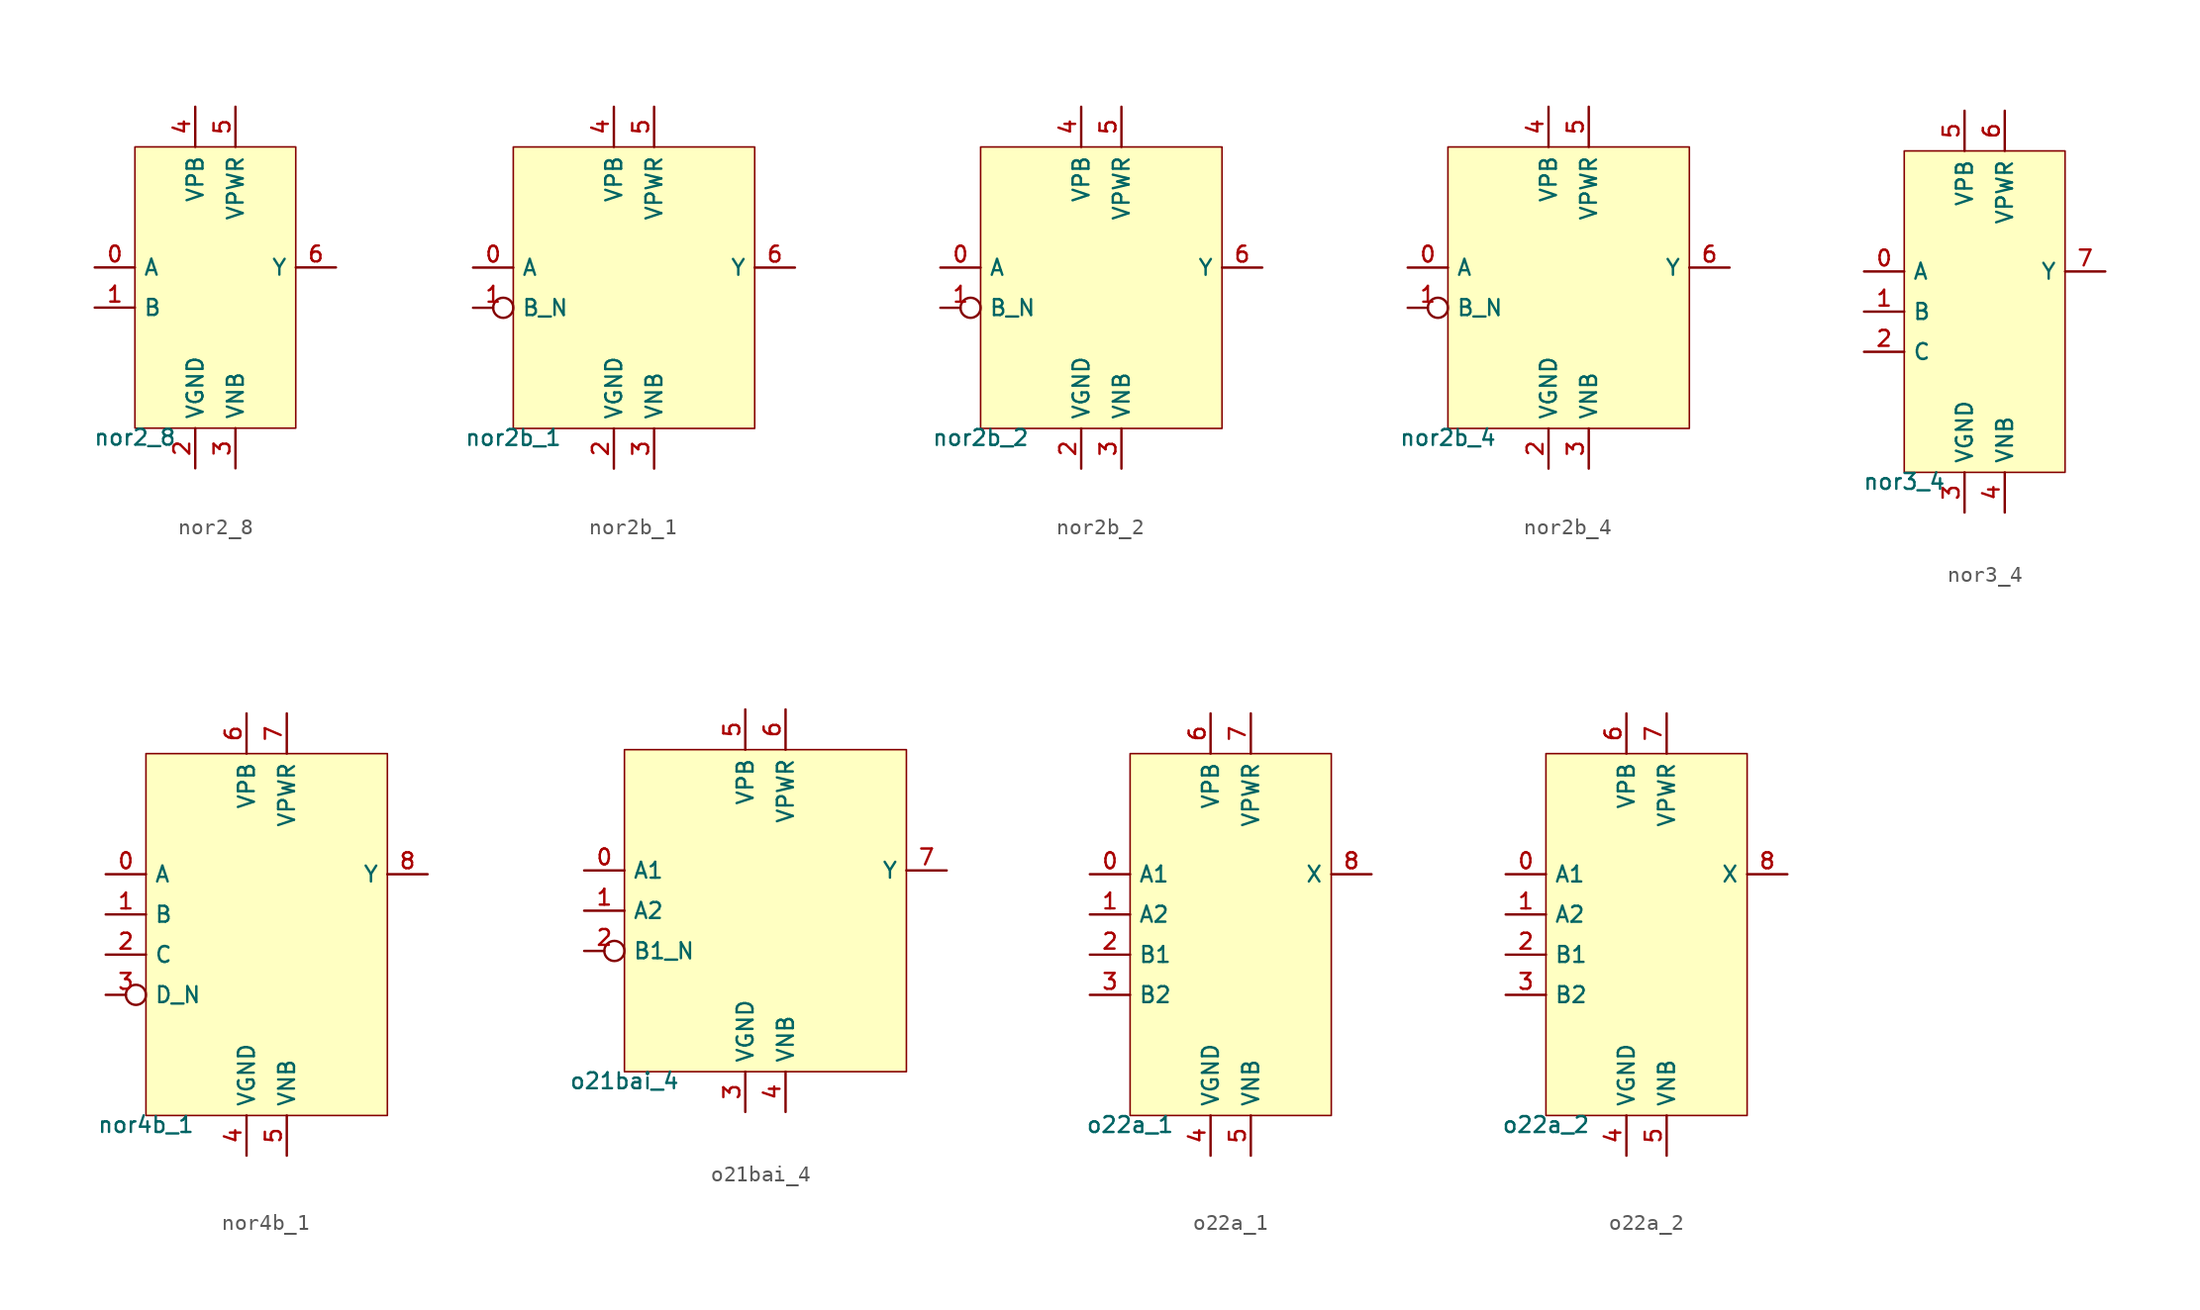
<source format=kicad_sym>
(kicad_symbol_lib
  (version 20211014)
  (generator lef2kicad_sym)
  (symbol "nor2_8"
    (property "Reference" "CELL"
      (at 0 0 0)
      (effects (font (size 1 1)) hide))
    (property "Value" "nor2_8"
      (at -5.08 -8.89 0)
      (effects (font (size 1 1)) (justify top)))
    (rectangle
      (start -5.08 -8.89)
      (end 5.08 8.89)
      (stroke (width 0.1) (type solid) (color 0 0 0 0))
      (fill (type background)))
    (pin input line
      (at -7.62 1.27 0)
      (length 2.54)
      (name "A" (effects (font (size 1 1)) hide))
      (number "0" (effects (font (size 1 1)) hide)))
    (pin input line
      (at -7.62 -1.27 0)
      (length 2.54)
      (name "B" (effects (font (size 1 1)) hide))
      (number "1" (effects (font (size 1 1)) hide)))
    (pin power_in line
      (at -1.27 -11.43 90)
      (length 2.54)
      (name "VGND" (effects (font (size 1 1)) hide))
      (number "2" (effects (font (size 1 1)) hide)))
    (pin power_in line
      (at 1.27 -11.43 90)
      (length 2.54)
      (name "VNB" (effects (font (size 1 1)) hide))
      (number "3" (effects (font (size 1 1)) hide)))
    (pin power_in line
      (at -1.27 11.43 270)
      (length 2.54)
      (name "VPB" (effects (font (size 1 1)) hide))
      (number "4" (effects (font (size 1 1)) hide)))
    (pin power_in line
      (at 1.27 11.43 270)
      (length 2.54)
      (name "VPWR" (effects (font (size 1 1)) hide))
      (number "5" (effects (font (size 1 1)) hide)))
    (pin output line
      (at 7.62 1.27 180)
      (length 2.54)
      (name "Y" (effects (font (size 1 1)) hide))
      (number "6" (effects (font (size 1 1)) hide))))
  (symbol "nor2b_1"
    (property "Reference" "CELL"
      (at 0 0 0)
      (effects (font (size 1 1)) hide))
    (property "Value" "nor2b_1"
      (at -7.62 -8.89 0)
      (effects (font (size 1 1)) (justify top)))
    (rectangle
      (start -7.62 -8.89)
      (end 7.62 8.89)
      (stroke (width 0.1) (type solid) (color 0 0 0 0))
      (fill (type background)))
    (pin input line
      (at -10.16 1.27 0)
      (length 2.54)
      (name "A" (effects (font (size 1 1)) hide))
      (number "0" (effects (font (size 1 1)) hide)))
    (pin input inverted
      (at -10.16 -1.27 0)
      (length 2.54)
      (name "B_N" (effects (font (size 1 1)) hide))
      (number "1" (effects (font (size 1 1)) hide)))
    (pin power_in line
      (at -1.27 -11.43 90)
      (length 2.54)
      (name "VGND" (effects (font (size 1 1)) hide))
      (number "2" (effects (font (size 1 1)) hide)))
    (pin power_in line
      (at 1.27 -11.43 90)
      (length 2.54)
      (name "VNB" (effects (font (size 1 1)) hide))
      (number "3" (effects (font (size 1 1)) hide)))
    (pin power_in line
      (at -1.27 11.43 270)
      (length 2.54)
      (name "VPB" (effects (font (size 1 1)) hide))
      (number "4" (effects (font (size 1 1)) hide)))
    (pin power_in line
      (at 1.27 11.43 270)
      (length 2.54)
      (name "VPWR" (effects (font (size 1 1)) hide))
      (number "5" (effects (font (size 1 1)) hide)))
    (pin output line
      (at 10.16 1.27 180)
      (length 2.54)
      (name "Y" (effects (font (size 1 1)) hide))
      (number "6" (effects (font (size 1 1)) hide))))
  (symbol "nor2b_2"
    (property "Reference" "CELL"
      (at 0 0 0)
      (effects (font (size 1 1)) hide))
    (property "Value" "nor2b_2"
      (at -7.62 -8.89 0)
      (effects (font (size 1 1)) (justify top)))
    (rectangle
      (start -7.62 -8.89)
      (end 7.62 8.89)
      (stroke (width 0.1) (type solid) (color 0 0 0 0))
      (fill (type background)))
    (pin input line
      (at -10.16 1.27 0)
      (length 2.54)
      (name "A" (effects (font (size 1 1)) hide))
      (number "0" (effects (font (size 1 1)) hide)))
    (pin input inverted
      (at -10.16 -1.27 0)
      (length 2.54)
      (name "B_N" (effects (font (size 1 1)) hide))
      (number "1" (effects (font (size 1 1)) hide)))
    (pin power_in line
      (at -1.27 -11.43 90)
      (length 2.54)
      (name "VGND" (effects (font (size 1 1)) hide))
      (number "2" (effects (font (size 1 1)) hide)))
    (pin power_in line
      (at 1.27 -11.43 90)
      (length 2.54)
      (name "VNB" (effects (font (size 1 1)) hide))
      (number "3" (effects (font (size 1 1)) hide)))
    (pin power_in line
      (at -1.27 11.43 270)
      (length 2.54)
      (name "VPB" (effects (font (size 1 1)) hide))
      (number "4" (effects (font (size 1 1)) hide)))
    (pin power_in line
      (at 1.27 11.43 270)
      (length 2.54)
      (name "VPWR" (effects (font (size 1 1)) hide))
      (number "5" (effects (font (size 1 1)) hide)))
    (pin output line
      (at 10.16 1.27 180)
      (length 2.54)
      (name "Y" (effects (font (size 1 1)) hide))
      (number "6" (effects (font (size 1 1)) hide))))
  (symbol "nor2b_4"
    (property "Reference" "CELL"
      (at 0 0 0)
      (effects (font (size 1 1)) hide))
    (property "Value" "nor2b_4"
      (at -7.62 -8.89 0)
      (effects (font (size 1 1)) (justify top)))
    (rectangle
      (start -7.62 -8.89)
      (end 7.62 8.89)
      (stroke (width 0.1) (type solid) (color 0 0 0 0))
      (fill (type background)))
    (pin input line
      (at -10.16 1.27 0)
      (length 2.54)
      (name "A" (effects (font (size 1 1)) hide))
      (number "0" (effects (font (size 1 1)) hide)))
    (pin input inverted
      (at -10.16 -1.27 0)
      (length 2.54)
      (name "B_N" (effects (font (size 1 1)) hide))
      (number "1" (effects (font (size 1 1)) hide)))
    (pin power_in line
      (at -1.27 -11.43 90)
      (length 2.54)
      (name "VGND" (effects (font (size 1 1)) hide))
      (number "2" (effects (font (size 1 1)) hide)))
    (pin power_in line
      (at 1.27 -11.43 90)
      (length 2.54)
      (name "VNB" (effects (font (size 1 1)) hide))
      (number "3" (effects (font (size 1 1)) hide)))
    (pin power_in line
      (at -1.27 11.43 270)
      (length 2.54)
      (name "VPB" (effects (font (size 1 1)) hide))
      (number "4" (effects (font (size 1 1)) hide)))
    (pin power_in line
      (at 1.27 11.43 270)
      (length 2.54)
      (name "VPWR" (effects (font (size 1 1)) hide))
      (number "5" (effects (font (size 1 1)) hide)))
    (pin output line
      (at 10.16 1.27 180)
      (length 2.54)
      (name "Y" (effects (font (size 1 1)) hide))
      (number "6" (effects (font (size 1 1)) hide))))
  (symbol "nor3_4"
    (property "Reference" "CELL"
      (at 0 0 0)
      (effects (font (size 1 1)) hide))
    (property "Value" "nor3_4"
      (at -5.08 -10.16 0)
      (effects (font (size 1 1)) (justify top)))
    (rectangle
      (start -5.08 -10.16)
      (end 5.08 10.16)
      (stroke (width 0.1) (type solid) (color 0 0 0 0))
      (fill (type background)))
    (pin input line
      (at -7.62 2.54 0)
      (length 2.54)
      (name "A" (effects (font (size 1 1)) hide))
      (number "0" (effects (font (size 1 1)) hide)))
    (pin input line
      (at -7.62 0.0 0)
      (length 2.54)
      (name "B" (effects (font (size 1 1)) hide))
      (number "1" (effects (font (size 1 1)) hide)))
    (pin input line
      (at -7.62 -2.54 0)
      (length 2.54)
      (name "C" (effects (font (size 1 1)) hide))
      (number "2" (effects (font (size 1 1)) hide)))
    (pin power_in line
      (at -1.27 -12.7 90)
      (length 2.54)
      (name "VGND" (effects (font (size 1 1)) hide))
      (number "3" (effects (font (size 1 1)) hide)))
    (pin power_in line
      (at 1.27 -12.7 90)
      (length 2.54)
      (name "VNB" (effects (font (size 1 1)) hide))
      (number "4" (effects (font (size 1 1)) hide)))
    (pin power_in line
      (at -1.27 12.7 270)
      (length 2.54)
      (name "VPB" (effects (font (size 1 1)) hide))
      (number "5" (effects (font (size 1 1)) hide)))
    (pin power_in line
      (at 1.27 12.7 270)
      (length 2.54)
      (name "VPWR" (effects (font (size 1 1)) hide))
      (number "6" (effects (font (size 1 1)) hide)))
    (pin output line
      (at 7.62 2.54 180)
      (length 2.54)
      (name "Y" (effects (font (size 1 1)) hide))
      (number "7" (effects (font (size 1 1)) hide))))
  (symbol "nor4b_1"
    (property "Reference" "CELL"
      (at 0 0 0)
      (effects (font (size 1 1)) hide))
    (property "Value" "nor4b_1"
      (at -7.62 -11.43 0)
      (effects (font (size 1 1)) (justify top)))
    (rectangle
      (start -7.62 -11.43)
      (end 7.62 11.43)
      (stroke (width 0.1) (type solid) (color 0 0 0 0))
      (fill (type background)))
    (pin input line
      (at -10.16 3.81 0)
      (length 2.54)
      (name "A" (effects (font (size 1 1)) hide))
      (number "0" (effects (font (size 1 1)) hide)))
    (pin input line
      (at -10.16 1.27 0)
      (length 2.54)
      (name "B" (effects (font (size 1 1)) hide))
      (number "1" (effects (font (size 1 1)) hide)))
    (pin input line
      (at -10.16 -1.27 0)
      (length 2.54)
      (name "C" (effects (font (size 1 1)) hide))
      (number "2" (effects (font (size 1 1)) hide)))
    (pin input inverted
      (at -10.16 -3.81 0)
      (length 2.54)
      (name "D_N" (effects (font (size 1 1)) hide))
      (number "3" (effects (font (size 1 1)) hide)))
    (pin power_in line
      (at -1.27 -13.97 90)
      (length 2.54)
      (name "VGND" (effects (font (size 1 1)) hide))
      (number "4" (effects (font (size 1 1)) hide)))
    (pin power_in line
      (at 1.27 -13.97 90)
      (length 2.54)
      (name "VNB" (effects (font (size 1 1)) hide))
      (number "5" (effects (font (size 1 1)) hide)))
    (pin power_in line
      (at -1.27 13.97 270)
      (length 2.54)
      (name "VPB" (effects (font (size 1 1)) hide))
      (number "6" (effects (font (size 1 1)) hide)))
    (pin power_in line
      (at 1.27 13.97 270)
      (length 2.54)
      (name "VPWR" (effects (font (size 1 1)) hide))
      (number "7" (effects (font (size 1 1)) hide)))
    (pin output line
      (at 10.16 3.81 180)
      (length 2.54)
      (name "Y" (effects (font (size 1 1)) hide))
      (number "8" (effects (font (size 1 1)) hide))))
  (symbol "o21bai_4"
    (property "Reference" "CELL"
      (at 0 0 0)
      (effects (font (size 1 1)) hide))
    (property "Value" "o21bai_4"
      (at -8.89 -10.16 0)
      (effects (font (size 1 1)) (justify top)))
    (rectangle
      (start -8.89 -10.16)
      (end 8.89 10.16)
      (stroke (width 0.1) (type solid) (color 0 0 0 0))
      (fill (type background)))
    (pin input line
      (at -11.43 2.54 0)
      (length 2.54)
      (name "A1" (effects (font (size 1 1)) hide))
      (number "0" (effects (font (size 1 1)) hide)))
    (pin input line
      (at -11.43 0.0 0)
      (length 2.54)
      (name "A2" (effects (font (size 1 1)) hide))
      (number "1" (effects (font (size 1 1)) hide)))
    (pin input inverted
      (at -11.43 -2.54 0)
      (length 2.54)
      (name "B1_N" (effects (font (size 1 1)) hide))
      (number "2" (effects (font (size 1 1)) hide)))
    (pin power_in line
      (at -1.27 -12.7 90)
      (length 2.54)
      (name "VGND" (effects (font (size 1 1)) hide))
      (number "3" (effects (font (size 1 1)) hide)))
    (pin power_in line
      (at 1.27 -12.7 90)
      (length 2.54)
      (name "VNB" (effects (font (size 1 1)) hide))
      (number "4" (effects (font (size 1 1)) hide)))
    (pin power_in line
      (at -1.27 12.7 270)
      (length 2.54)
      (name "VPB" (effects (font (size 1 1)) hide))
      (number "5" (effects (font (size 1 1)) hide)))
    (pin power_in line
      (at 1.27 12.7 270)
      (length 2.54)
      (name "VPWR" (effects (font (size 1 1)) hide))
      (number "6" (effects (font (size 1 1)) hide)))
    (pin output line
      (at 11.43 2.54 180)
      (length 2.54)
      (name "Y" (effects (font (size 1 1)) hide))
      (number "7" (effects (font (size 1 1)) hide))))
  (symbol "o22a_1"
    (property "Reference" "CELL"
      (at 0 0 0)
      (effects (font (size 1 1)) hide))
    (property "Value" "o22a_1"
      (at -6.35 -11.43 0)
      (effects (font (size 1 1)) (justify top)))
    (rectangle
      (start -6.35 -11.43)
      (end 6.35 11.43)
      (stroke (width 0.1) (type solid) (color 0 0 0 0))
      (fill (type background)))
    (pin input line
      (at -8.89 3.81 0)
      (length 2.54)
      (name "A1" (effects (font (size 1 1)) hide))
      (number "0" (effects (font (size 1 1)) hide)))
    (pin input line
      (at -8.89 1.27 0)
      (length 2.54)
      (name "A2" (effects (font (size 1 1)) hide))
      (number "1" (effects (font (size 1 1)) hide)))
    (pin input line
      (at -8.89 -1.27 0)
      (length 2.54)
      (name "B1" (effects (font (size 1 1)) hide))
      (number "2" (effects (font (size 1 1)) hide)))
    (pin input line
      (at -8.89 -3.81 0)
      (length 2.54)
      (name "B2" (effects (font (size 1 1)) hide))
      (number "3" (effects (font (size 1 1)) hide)))
    (pin power_in line
      (at -1.27 -13.97 90)
      (length 2.54)
      (name "VGND" (effects (font (size 1 1)) hide))
      (number "4" (effects (font (size 1 1)) hide)))
    (pin power_in line
      (at 1.27 -13.97 90)
      (length 2.54)
      (name "VNB" (effects (font (size 1 1)) hide))
      (number "5" (effects (font (size 1 1)) hide)))
    (pin power_in line
      (at -1.27 13.97 270)
      (length 2.54)
      (name "VPB" (effects (font (size 1 1)) hide))
      (number "6" (effects (font (size 1 1)) hide)))
    (pin power_in line
      (at 1.27 13.97 270)
      (length 2.54)
      (name "VPWR" (effects (font (size 1 1)) hide))
      (number "7" (effects (font (size 1 1)) hide)))
    (pin output line
      (at 8.89 3.81 180)
      (length 2.54)
      (name "X" (effects (font (size 1 1)) hide))
      (number "8" (effects (font (size 1 1)) hide))))
  (symbol "o22a_2"
    (property "Reference" "CELL"
      (at 0 0 0)
      (effects (font (size 1 1)) hide))
    (property "Value" "o22a_2"
      (at -6.35 -11.43 0)
      (effects (font (size 1 1)) (justify top)))
    (rectangle
      (start -6.35 -11.43)
      (end 6.35 11.43)
      (stroke (width 0.1) (type solid) (color 0 0 0 0))
      (fill (type background)))
    (pin input line
      (at -8.89 3.81 0)
      (length 2.54)
      (name "A1" (effects (font (size 1 1)) hide))
      (number "0" (effects (font (size 1 1)) hide)))
    (pin input line
      (at -8.89 1.27 0)
      (length 2.54)
      (name "A2" (effects (font (size 1 1)) hide))
      (number "1" (effects (font (size 1 1)) hide)))
    (pin input line
      (at -8.89 -1.27 0)
      (length 2.54)
      (name "B1" (effects (font (size 1 1)) hide))
      (number "2" (effects (font (size 1 1)) hide)))
    (pin input line
      (at -8.89 -3.81 0)
      (length 2.54)
      (name "B2" (effects (font (size 1 1)) hide))
      (number "3" (effects (font (size 1 1)) hide)))
    (pin power_in line
      (at -1.27 -13.97 90)
      (length 2.54)
      (name "VGND" (effects (font (size 1 1)) hide))
      (number "4" (effects (font (size 1 1)) hide)))
    (pin power_in line
      (at 1.27 -13.97 90)
      (length 2.54)
      (name "VNB" (effects (font (size 1 1)) hide))
      (number "5" (effects (font (size 1 1)) hide)))
    (pin power_in line
      (at -1.27 13.97 270)
      (length 2.54)
      (name "VPB" (effects (font (size 1 1)) hide))
      (number "6" (effects (font (size 1 1)) hide)))
    (pin power_in line
      (at 1.27 13.97 270)
      (length 2.54)
      (name "VPWR" (effects (font (size 1 1)) hide))
      (number "7" (effects (font (size 1 1)) hide)))
    (pin output line
      (at 8.89 3.81 180)
      (length 2.54)
      (name "X" (effects (font (size 1 1)) hide))
      (number "8" (effects (font (size 1 1)) hide)))))
</source>
